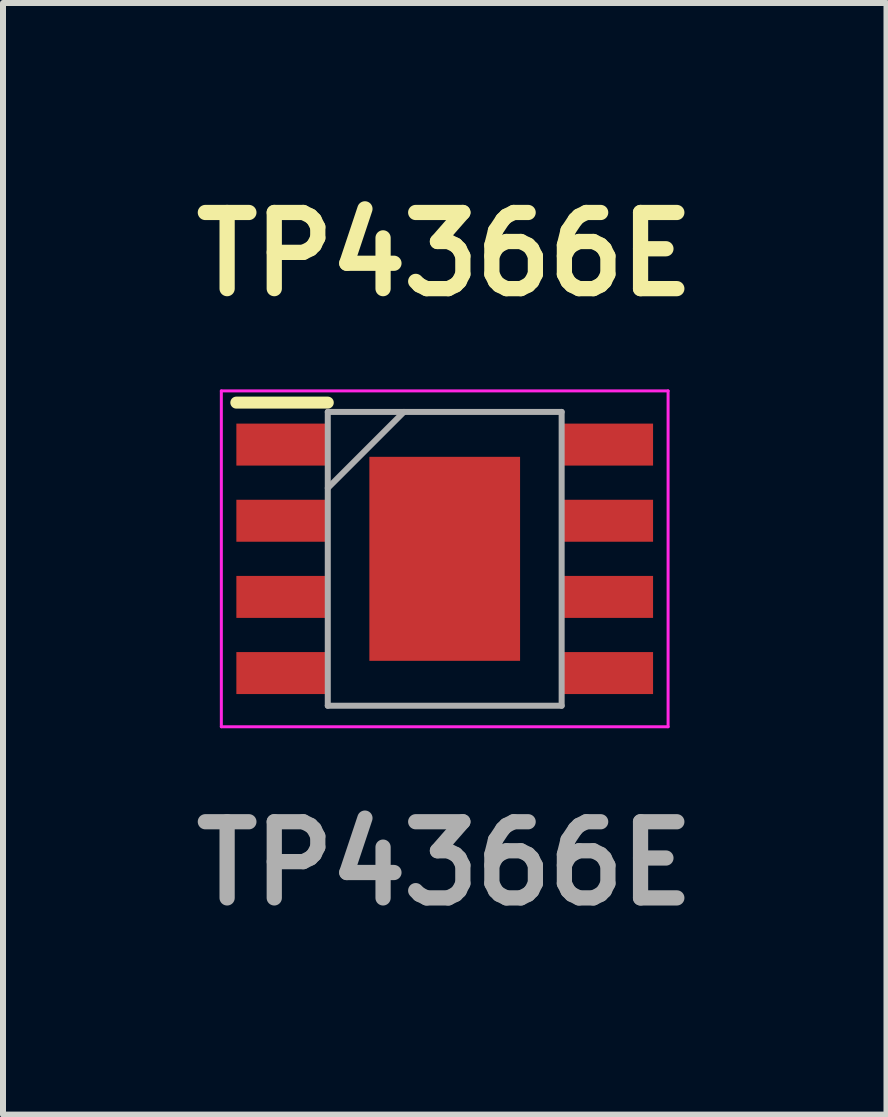
<source format=kicad_pcb>
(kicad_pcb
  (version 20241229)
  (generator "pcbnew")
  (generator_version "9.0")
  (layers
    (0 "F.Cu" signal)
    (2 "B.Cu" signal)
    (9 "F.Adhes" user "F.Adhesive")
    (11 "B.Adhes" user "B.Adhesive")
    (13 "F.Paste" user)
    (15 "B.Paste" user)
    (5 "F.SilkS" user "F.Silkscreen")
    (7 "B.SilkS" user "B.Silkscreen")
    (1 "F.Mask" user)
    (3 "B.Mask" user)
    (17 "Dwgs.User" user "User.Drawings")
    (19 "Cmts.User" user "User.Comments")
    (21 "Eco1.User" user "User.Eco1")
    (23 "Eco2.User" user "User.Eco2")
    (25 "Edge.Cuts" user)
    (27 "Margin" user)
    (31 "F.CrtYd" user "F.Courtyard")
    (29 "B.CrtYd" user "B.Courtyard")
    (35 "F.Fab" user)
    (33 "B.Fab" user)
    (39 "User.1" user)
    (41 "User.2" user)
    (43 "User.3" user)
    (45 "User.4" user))
  (footprint "TP4366E"
    (layer "F.Cu")
    (at 4.366 6.269)
    (property "Reference" "TP4366E" (at 0 -5.08 0) (layer "F.SilkS") (effects (font (size 1.27 1.27) (thickness 0.254))))
    (attr smd)
    (fp_line (start -3.475 -2.605) (end -1.95 -2.605) (stroke (width 0.2) (type solid)) (layer "F.SilkS"))
    (fp_line (start -3.725 -2.8) (end 3.725 -2.8) (stroke (width 0.05) (type solid)) (layer "F.CrtYd"))
    (fp_line (start -3.725 2.8) (end -3.725 -2.8) (stroke (width 0.05) (type solid)) (layer "F.CrtYd"))
    (fp_line (start 3.725 -2.8) (end 3.725 2.8) (stroke (width 0.05) (type solid)) (layer "F.CrtYd"))
    (fp_line (start 3.725 2.8) (end -3.725 2.8) (stroke (width 0.05) (type solid)) (layer "F.CrtYd"))
    (fp_line (start -1.95 -2.45) (end 1.95 -2.45) (stroke (width 0.1) (type solid)) (layer "F.Fab"))
    (fp_line (start -1.95 -1.18) (end -0.68 -2.45) (stroke (width 0.1) (type solid)) (layer "F.Fab"))
    (fp_line (start -1.95 2.45) (end -1.95 -2.45) (stroke (width 0.1) (type solid)) (layer "F.Fab"))
    (fp_line (start 1.95 -2.45) (end 1.95 2.45) (stroke (width 0.1) (type solid)) (layer "F.Fab"))
    (fp_line (start 1.95 2.45) (end -1.95 2.45) (stroke (width 0.1) (type solid)) (layer "F.Fab"))
    (fp_text user "${REFERENCE}" (at 0 5.08 0) (layer "F.Fab") (effects (font (size 1.27 1.27) (thickness 0.254))))
    (pad "1" smd rect (at -2.712 -1.905 90) (size 0.7 1.525) (layers "F.Cu" "F.Mask" "F.Paste"))
    (pad "2" smd rect (at -2.712 -0.635 90) (size 0.7 1.525) (layers "F.Cu" "F.Mask" "F.Paste"))
    (pad "3" smd rect (at -2.712 0.635 90) (size 0.7 1.525) (layers "F.Cu" "F.Mask" "F.Paste"))
    (pad "4" smd rect (at -2.712 1.905 90) (size 0.7 1.525) (layers "F.Cu" "F.Mask" "F.Paste"))
    (pad "5" smd rect (at 2.712 1.905 90) (size 0.7 1.525) (layers "F.Cu" "F.Mask" "F.Paste"))
    (pad "6" smd rect (at 2.712 0.635 90) (size 0.7 1.525) (layers "F.Cu" "F.Mask" "F.Paste"))
    (pad "7" smd rect (at 2.712 -0.635 90) (size 0.7 1.525) (layers "F.Cu" "F.Mask" "F.Paste"))
    (pad "8" smd rect (at 2.712 -1.905 90) (size 0.7 1.525) (layers "F.Cu" "F.Mask" "F.Paste"))
    (pad "9" smd rect (at 0 0) (size 2.513 3.402) (layers "F.Cu" "F.Mask" "F.Paste")))
  (gr_rect
    (start -3 -3)
    (end 11.733 15.537)
    (stroke (width 0.1) (type default))
    (fill no)
    (layer "Edge.Cuts")))
</source>
